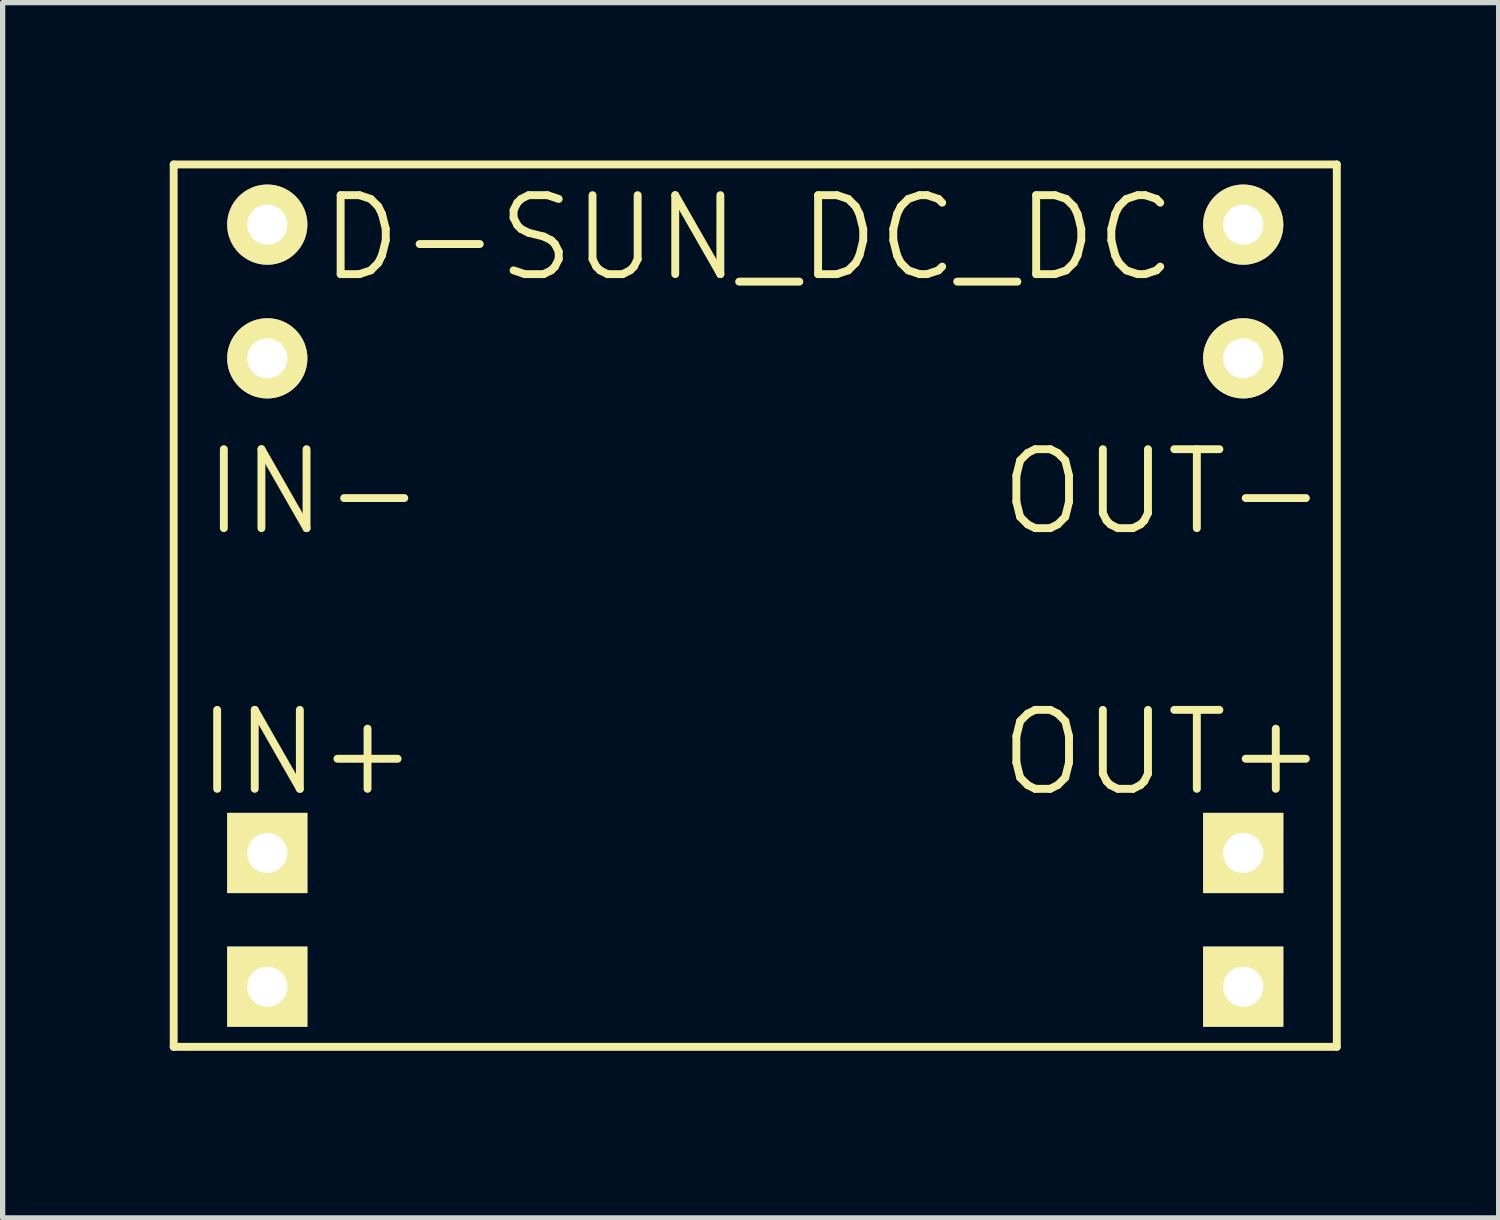
<source format=kicad_pcb>
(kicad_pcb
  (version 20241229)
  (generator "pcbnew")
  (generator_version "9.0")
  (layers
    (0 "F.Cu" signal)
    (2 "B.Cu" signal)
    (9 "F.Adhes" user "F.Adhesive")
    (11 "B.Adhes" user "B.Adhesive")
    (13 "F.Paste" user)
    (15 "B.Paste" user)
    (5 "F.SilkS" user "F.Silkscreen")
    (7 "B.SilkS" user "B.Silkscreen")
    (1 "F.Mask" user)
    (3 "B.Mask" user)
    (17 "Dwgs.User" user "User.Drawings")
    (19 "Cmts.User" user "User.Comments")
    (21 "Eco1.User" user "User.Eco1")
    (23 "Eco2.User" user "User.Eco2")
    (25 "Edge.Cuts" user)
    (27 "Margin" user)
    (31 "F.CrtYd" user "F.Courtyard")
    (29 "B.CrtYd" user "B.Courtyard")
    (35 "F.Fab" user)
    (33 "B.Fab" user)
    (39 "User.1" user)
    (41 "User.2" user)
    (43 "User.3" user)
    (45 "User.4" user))
  (footprint "D-SUN_DC_DC"
    (layer "F.Cu")
    (at 0.25 16.839)
    (property "Reference" "D-SUN_DC_DC" (at 10.922 -15.367 0) (layer "F.SilkS") (effects (font (size 1.5 1.5) (thickness 0.15))))
    (attr through_hole)
    (fp_line (start 0 -16.764) (end 0 0) (stroke (width 0.15) (type solid)) (layer "F.SilkS"))
    (fp_line (start 0 0) (end 22.098 0) (stroke (width 0.15) (type solid)) (layer "F.SilkS"))
    (fp_line (start 22.098 -16.764) (end 0 -16.764) (stroke (width 0.15) (type solid)) (layer "F.SilkS"))
    (fp_line (start 22.098 0) (end 22.098 -16.764) (stroke (width 0.15) (type solid)) (layer "F.SilkS"))
    (fp_text user "OUT+" (at 18.796 -5.588 0) (layer "F.SilkS") (effects (font (size 1.5 1.5) (thickness 0.15))))
    (fp_text user "OUT-" (at 18.796 -10.541 0) (layer "F.SilkS") (effects (font (size 1.5 1.5) (thickness 0.15))))
    (fp_text user "IN-" (at 2.667 -10.541 0) (layer "F.SilkS") (effects (font (size 1.5 1.5) (thickness 0.15))))
    (fp_text user "IN+" (at 2.54 -5.588 0) (layer "F.SilkS") (effects (font (size 1.5 1.5) (thickness 0.15))))
    (pad "1" thru_hole rect (at 1.778 -3.683) (size 1.524 1.524) (drill 0.762) (layers "*.Cu" "*.Mask" "F.SilkS"))
    (pad "1" thru_hole rect (at 1.778 -1.143) (size 1.524 1.524) (drill 0.762) (layers "*.Cu" "*.Mask" "F.SilkS"))
    (pad "2" thru_hole circle (at 1.778 -15.621) (size 1.524 1.524) (drill 0.762) (layers "*.Cu" "*.Mask" "F.SilkS"))
    (pad "2" thru_hole circle (at 1.778 -13.081) (size 1.524 1.524) (drill 0.762) (layers "*.Cu" "*.Mask" "F.SilkS"))
    (pad "3" thru_hole rect (at 20.32 -3.683) (size 1.524 1.524) (drill 0.762) (layers "*.Cu" "*.Mask" "F.SilkS"))
    (pad "3" thru_hole rect (at 20.32 -1.143) (size 1.524 1.524) (drill 0.762) (layers "*.Cu" "*.Mask" "F.SilkS"))
    (pad "4" thru_hole circle (at 20.32 -15.621) (size 1.524 1.524) (drill 0.762) (layers "*.Cu" "*.Mask" "F.SilkS"))
    (pad "4" thru_hole circle (at 20.32 -13.081) (size 1.524 1.524) (drill 0.762) (layers "*.Cu" "*.Mask" "F.SilkS")))
  (gr_rect
    (start -3 -3)
    (end 25.423 20.089)
    (stroke (width 0.1) (type default))
    (fill no)
    (layer "Edge.Cuts")))
</source>
